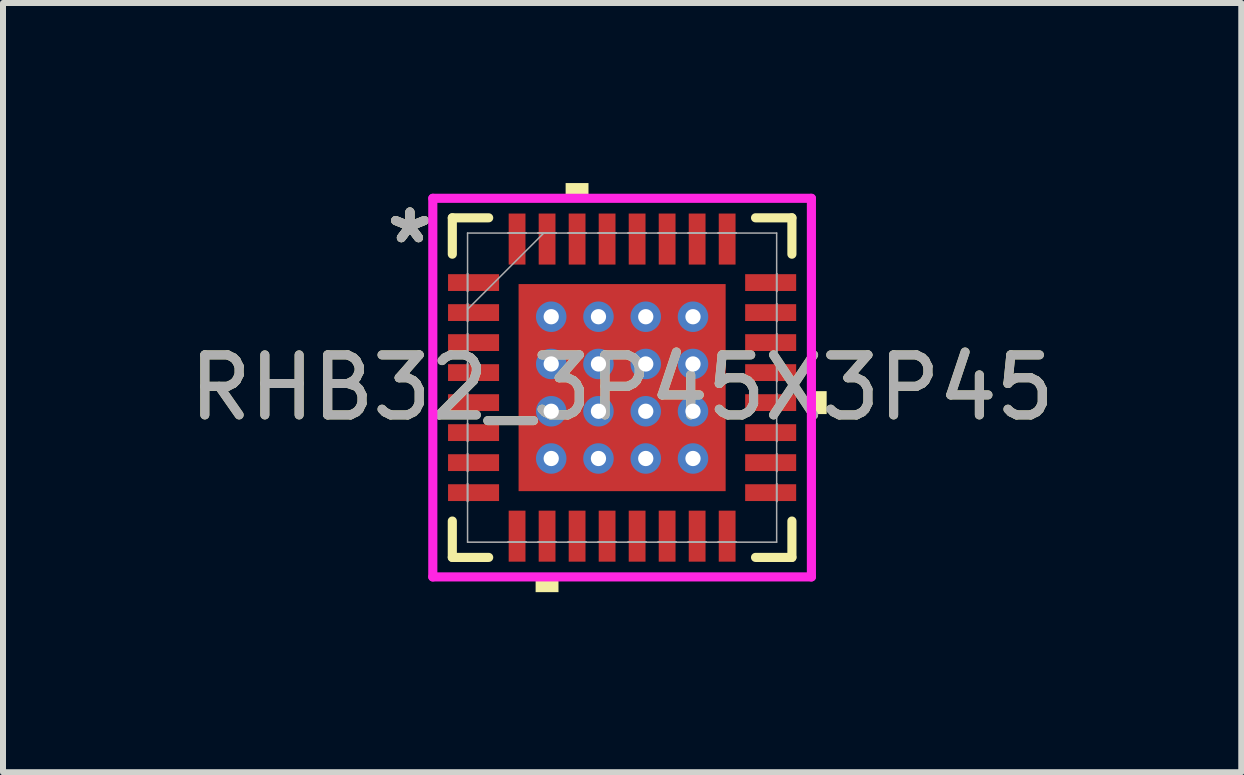
<source format=kicad_pcb>
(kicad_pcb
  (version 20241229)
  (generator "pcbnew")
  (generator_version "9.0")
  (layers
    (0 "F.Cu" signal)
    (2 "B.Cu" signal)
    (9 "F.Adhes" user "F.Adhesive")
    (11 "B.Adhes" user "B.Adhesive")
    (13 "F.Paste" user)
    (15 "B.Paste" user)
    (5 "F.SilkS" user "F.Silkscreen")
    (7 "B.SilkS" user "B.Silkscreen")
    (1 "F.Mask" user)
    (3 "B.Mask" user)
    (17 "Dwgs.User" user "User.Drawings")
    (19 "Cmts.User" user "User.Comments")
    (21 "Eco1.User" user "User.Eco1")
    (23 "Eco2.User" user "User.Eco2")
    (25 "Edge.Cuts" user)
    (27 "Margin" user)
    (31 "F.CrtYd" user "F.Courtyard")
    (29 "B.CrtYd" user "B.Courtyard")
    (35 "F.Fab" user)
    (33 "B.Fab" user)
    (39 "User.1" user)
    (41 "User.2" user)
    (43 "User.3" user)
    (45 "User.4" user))
  (footprint "RHB32_3P45X3P45"
    (layer "F.Cu")
    (at 7.315 3.408)
    (property "Reference" "RHB32_3P45X3P45" (at 0 0 0) (unlocked yes) (layer "F.SilkS") (effects (font (size 1 1) (thickness 0.15))))
    (attr smd)
    (fp_poly (pts (xy -2.97 -1.96) (xy -2.97 -1.54) (xy -1.98 -1.54) (xy -1.98 -1.96)) (stroke (width 0) (type solid)) (fill yes) (layer "F.Mask"))
    (fp_poly (pts (xy -2.97 -1.46) (xy -2.97 -1.04) (xy -1.98 -1.04) (xy -1.98 -1.46)) (stroke (width 0) (type solid)) (fill yes) (layer "F.Mask"))
    (fp_poly (pts (xy -2.97 -0.96) (xy -2.97 -0.54) (xy -1.98 -0.54) (xy -1.98 -0.96)) (stroke (width 0) (type solid)) (fill yes) (layer "F.Mask"))
    (fp_poly (pts (xy -2.97 -0.46) (xy -2.97 -0.04) (xy -1.98 -0.04) (xy -1.98 -0.46)) (stroke (width 0) (type solid)) (fill yes) (layer "F.Mask"))
    (fp_poly (pts (xy -2.97 0.04) (xy -2.97 0.46) (xy -1.98 0.46) (xy -1.98 0.04)) (stroke (width 0) (type solid)) (fill yes) (layer "F.Mask"))
    (fp_poly (pts (xy -2.97 0.54) (xy -2.97 0.96) (xy -1.98 0.96) (xy -1.98 0.54)) (stroke (width 0) (type solid)) (fill yes) (layer "F.Mask"))
    (fp_poly (pts (xy -2.97 1.04) (xy -2.97 1.46) (xy -1.98 1.46) (xy -1.98 1.04)) (stroke (width 0) (type solid)) (fill yes) (layer "F.Mask"))
    (fp_poly (pts (xy -2.97 1.54) (xy -2.97 1.96) (xy -1.98 1.96) (xy -1.98 1.54)) (stroke (width 0) (type solid)) (fill yes) (layer "F.Mask"))
    (fp_poly (pts (xy -1.96 -2.97) (xy -1.96 -1.98) (xy -1.541 -1.98) (xy -1.541 -2.97)) (stroke (width 0) (type solid)) (fill yes) (layer "F.Mask"))
    (fp_poly (pts (xy -1.96 1.98) (xy -1.96 2.97) (xy -1.541 2.97) (xy -1.541 1.98)) (stroke (width 0) (type solid)) (fill yes) (layer "F.Mask"))
    (fp_poly (pts (xy -1.788 -1.788) (xy -1.381 -1.788) (xy -1.381 1.788) (xy -1.788 1.788)) (stroke (width 0) (type solid)) (fill yes) (layer "F.Mask"))
    (fp_poly (pts (xy -1.788 -1.788) (xy 1.788 -1.788) (xy 1.788 -1.381) (xy -1.788 -1.381)) (stroke (width 0) (type solid)) (fill yes) (layer "F.Mask"))
    (fp_poly (pts (xy -1.788 -0.981) (xy 1.788 -0.981) (xy 1.788 -0.594) (xy -1.788 -0.594)) (stroke (width 0) (type solid)) (fill yes) (layer "F.Mask"))
    (fp_poly (pts (xy -1.788 -0.194) (xy 1.788 -0.194) (xy 1.788 0.194) (xy -1.788 0.194)) (stroke (width 0) (type solid)) (fill yes) (layer "F.Mask"))
    (fp_poly (pts (xy -1.788 0.594) (xy 1.788 0.594) (xy 1.788 0.981) (xy -1.788 0.981)) (stroke (width 0) (type solid)) (fill yes) (layer "F.Mask"))
    (fp_poly (pts (xy -1.788 1.381) (xy 1.788 1.381) (xy 1.788 1.788) (xy -1.788 1.788)) (stroke (width 0) (type solid)) (fill yes) (layer "F.Mask"))
    (fp_poly (pts (xy -1.46 -2.97) (xy -1.46 -1.98) (xy -1.041 -1.98) (xy -1.041 -2.97)) (stroke (width 0) (type solid)) (fill yes) (layer "F.Mask"))
    (fp_poly (pts (xy -1.46 1.98) (xy -1.46 2.97) (xy -1.041 2.97) (xy -1.041 1.98)) (stroke (width 0) (type solid)) (fill yes) (layer "F.Mask"))
    (fp_poly (pts (xy -0.96 -2.97) (xy -0.96 -1.98) (xy -0.541 -1.98) (xy -0.541 -2.97)) (stroke (width 0) (type solid)) (fill yes) (layer "F.Mask"))
    (fp_poly (pts (xy -0.96 1.98) (xy -0.96 2.97) (xy -0.541 2.97) (xy -0.541 1.98)) (stroke (width 0) (type solid)) (fill yes) (layer "F.Mask"))
    (fp_poly (pts (xy -0.594 -1.788) (xy -0.981 -1.788) (xy -0.981 1.788) (xy -0.594 1.788)) (stroke (width 0) (type solid)) (fill yes) (layer "F.Mask"))
    (fp_poly (pts (xy -0.46 -2.97) (xy -0.46 -1.98) (xy -0.04 -1.98) (xy -0.04 -2.97)) (stroke (width 0) (type solid)) (fill yes) (layer "F.Mask"))
    (fp_poly (pts (xy -0.46 1.98) (xy -0.46 2.97) (xy -0.04 2.97) (xy -0.04 1.98)) (stroke (width 0) (type solid)) (fill yes) (layer "F.Mask"))
    (fp_poly (pts (xy 0.04 -2.97) (xy 0.04 -1.98) (xy 0.46 -1.98) (xy 0.46 -2.97)) (stroke (width 0) (type solid)) (fill yes) (layer "F.Mask"))
    (fp_poly (pts (xy 0.04 1.98) (xy 0.04 2.97) (xy 0.46 2.97) (xy 0.46 1.98)) (stroke (width 0) (type solid)) (fill yes) (layer "F.Mask"))
    (fp_poly (pts (xy 0.194 -1.788) (xy -0.194 -1.788) (xy -0.194 1.788) (xy 0.194 1.788)) (stroke (width 0) (type solid)) (fill yes) (layer "F.Mask"))
    (fp_poly (pts (xy 0.541 -2.97) (xy 0.541 -1.98) (xy 0.96 -1.98) (xy 0.96 -2.97)) (stroke (width 0) (type solid)) (fill yes) (layer "F.Mask"))
    (fp_poly (pts (xy 0.541 1.98) (xy 0.541 2.97) (xy 0.96 2.97) (xy 0.96 1.98)) (stroke (width 0) (type solid)) (fill yes) (layer "F.Mask"))
    (fp_poly (pts (xy 0.981 -1.788) (xy 0.594 -1.788) (xy 0.594 1.788) (xy 0.981 1.788)) (stroke (width 0) (type solid)) (fill yes) (layer "F.Mask"))
    (fp_poly (pts (xy 1.041 -2.97) (xy 1.041 -1.98) (xy 1.46 -1.98) (xy 1.46 -2.97)) (stroke (width 0) (type solid)) (fill yes) (layer "F.Mask"))
    (fp_poly (pts (xy 1.041 1.98) (xy 1.041 2.97) (xy 1.46 2.97) (xy 1.46 1.98)) (stroke (width 0) (type solid)) (fill yes) (layer "F.Mask"))
    (fp_poly (pts (xy 1.381 -1.788) (xy 1.788 -1.788) (xy 1.788 1.788) (xy 1.381 1.788)) (stroke (width 0) (type solid)) (fill yes) (layer "F.Mask"))
    (fp_poly (pts (xy 1.541 -2.97) (xy 1.541 -1.98) (xy 1.96 -1.98) (xy 1.96 -2.97)) (stroke (width 0) (type solid)) (fill yes) (layer "F.Mask"))
    (fp_poly (pts (xy 1.541 1.98) (xy 1.541 2.97) (xy 1.96 2.97) (xy 1.96 1.98)) (stroke (width 0) (type solid)) (fill yes) (layer "F.Mask"))
    (fp_poly (pts (xy 1.98 -1.96) (xy 1.98 -1.54) (xy 2.97 -1.54) (xy 2.97 -1.96)) (stroke (width 0) (type solid)) (fill yes) (layer "F.Mask"))
    (fp_poly (pts (xy 1.98 -1.46) (xy 1.98 -1.04) (xy 2.97 -1.04) (xy 2.97 -1.46)) (stroke (width 0) (type solid)) (fill yes) (layer "F.Mask"))
    (fp_poly (pts (xy 1.98 -0.96) (xy 1.98 -0.54) (xy 2.97 -0.54) (xy 2.97 -0.96)) (stroke (width 0) (type solid)) (fill yes) (layer "F.Mask"))
    (fp_poly (pts (xy 1.98 -0.46) (xy 1.98 -0.04) (xy 2.97 -0.04) (xy 2.97 -0.46)) (stroke (width 0) (type solid)) (fill yes) (layer "F.Mask"))
    (fp_poly (pts (xy 1.98 0.04) (xy 1.98 0.46) (xy 2.97 0.46) (xy 2.97 0.04)) (stroke (width 0) (type solid)) (fill yes) (layer "F.Mask"))
    (fp_poly (pts (xy 1.98 0.54) (xy 1.98 0.96) (xy 2.97 0.96) (xy 2.97 0.54)) (stroke (width 0) (type solid)) (fill yes) (layer "F.Mask"))
    (fp_poly (pts (xy 1.98 1.04) (xy 1.98 1.46) (xy 2.97 1.46) (xy 2.97 1.04)) (stroke (width 0) (type solid)) (fill yes) (layer "F.Mask"))
    (fp_poly (pts (xy 1.98 1.54) (xy 1.98 1.96) (xy 2.97 1.96) (xy 2.97 1.54)) (stroke (width 0) (type solid)) (fill yes) (layer "F.Mask"))
    (fp_line (start -2.829 -2.829) (end -2.829 -2.223) (stroke (width 0.152) (type solid)) (layer "F.SilkS"))
    (fp_line (start -2.829 2.223) (end -2.829 2.829) (stroke (width 0.152) (type solid)) (layer "F.SilkS"))
    (fp_line (start -2.829 2.829) (end -2.223 2.829) (stroke (width 0.152) (type solid)) (layer "F.SilkS"))
    (fp_line (start -2.223 -2.829) (end -2.829 -2.829) (stroke (width 0.152) (type solid)) (layer "F.SilkS"))
    (fp_line (start 2.223 2.829) (end 2.829 2.829) (stroke (width 0.152) (type solid)) (layer "F.SilkS"))
    (fp_line (start 2.829 -2.829) (end 2.223 -2.829) (stroke (width 0.152) (type solid)) (layer "F.SilkS"))
    (fp_line (start 2.829 -2.223) (end 2.829 -2.829) (stroke (width 0.152) (type solid)) (layer "F.SilkS"))
    (fp_line (start 2.829 2.829) (end 2.829 2.223) (stroke (width 0.152) (type solid)) (layer "F.SilkS"))
    (fp_poly (pts (xy -1.441 3.154) (xy -1.441 3.408) (xy -1.06 3.408) (xy -1.06 3.154)) (stroke (width 0) (type solid)) (fill yes) (layer "F.SilkS"))
    (fp_poly (pts (xy -0.941 -3.154) (xy -0.941 -3.408) (xy -0.56 -3.408) (xy -0.56 -3.154)) (stroke (width 0) (type solid)) (fill yes) (layer "F.SilkS"))
    (fp_poly (pts (xy 3.408 0.059) (xy 3.408 0.441) (xy 3.154 0.441) (xy 3.154 0.059)) (stroke (width 0) (type solid)) (fill yes) (layer "F.SilkS"))
    (fp_poly (pts (xy -2.875 -1.865) (xy -2.875 -1.635) (xy -2.075 -1.635) (xy -2.075 -1.865)) (stroke (width 0) (type solid)) (fill yes) (layer "F.Paste"))
    (fp_poly (pts (xy -2.875 -1.365) (xy -2.875 -1.135) (xy -2.075 -1.135) (xy -2.075 -1.365)) (stroke (width 0) (type solid)) (fill yes) (layer "F.Paste"))
    (fp_poly (pts (xy -2.875 -0.865) (xy -2.875 -0.635) (xy -2.075 -0.635) (xy -2.075 -0.865)) (stroke (width 0) (type solid)) (fill yes) (layer "F.Paste"))
    (fp_poly (pts (xy -2.875 -0.365) (xy -2.875 -0.135) (xy -2.075 -0.135) (xy -2.075 -0.365)) (stroke (width 0) (type solid)) (fill yes) (layer "F.Paste"))
    (fp_poly (pts (xy -2.875 0.135) (xy -2.875 0.365) (xy -2.075 0.365) (xy -2.075 0.135)) (stroke (width 0) (type solid)) (fill yes) (layer "F.Paste"))
    (fp_poly (pts (xy -2.875 0.635) (xy -2.875 0.865) (xy -2.075 0.865) (xy -2.075 0.635)) (stroke (width 0) (type solid)) (fill yes) (layer "F.Paste"))
    (fp_poly (pts (xy -2.875 1.135) (xy -2.875 1.365) (xy -2.075 1.365) (xy -2.075 1.135)) (stroke (width 0) (type solid)) (fill yes) (layer "F.Paste"))
    (fp_poly (pts (xy -2.875 1.635) (xy -2.875 1.865) (xy -2.075 1.865) (xy -2.075 1.635)) (stroke (width 0) (type solid)) (fill yes) (layer "F.Paste"))
    (fp_poly (pts (xy -1.866 -2.875) (xy -1.866 -2.075) (xy -1.635 -2.075) (xy -1.635 -2.875)) (stroke (width 0) (type solid)) (fill yes) (layer "F.Paste"))
    (fp_poly (pts (xy -1.866 2.075) (xy -1.866 2.875) (xy -1.635 2.875) (xy -1.635 2.075)) (stroke (width 0) (type solid)) (fill yes) (layer "F.Paste"))
    (fp_poly (pts (xy -1.365 -2.875) (xy -1.365 -2.075) (xy -1.135 -2.075) (xy -1.135 -2.875)) (stroke (width 0) (type solid)) (fill yes) (layer "F.Paste"))
    (fp_poly (pts (xy -1.365 2.075) (xy -1.365 2.875) (xy -1.135 2.875) (xy -1.135 2.075)) (stroke (width 0) (type solid)) (fill yes) (layer "F.Paste"))
    (fp_poly (pts (xy -0.865 -2.875) (xy -0.865 -2.075) (xy -0.635 -2.075) (xy -0.635 -2.875)) (stroke (width 0) (type solid)) (fill yes) (layer "F.Paste"))
    (fp_poly (pts (xy -0.865 2.075) (xy -0.865 2.875) (xy -0.635 2.875) (xy -0.635 2.075)) (stroke (width 0) (type solid)) (fill yes) (layer "F.Paste"))
    (fp_poly (pts (xy -0.365 -2.875) (xy -0.365 -2.075) (xy -0.135 -2.075) (xy -0.135 -2.875)) (stroke (width 0) (type solid)) (fill yes) (layer "F.Paste"))
    (fp_poly (pts (xy -0.365 2.075) (xy -0.365 2.875) (xy -0.135 2.875) (xy -0.135 2.075)) (stroke (width 0) (type solid)) (fill yes) (layer "F.Paste"))
    (fp_poly (pts (xy 0.135 -2.875) (xy 0.135 -2.075) (xy 0.365 -2.075) (xy 0.365 -2.875)) (stroke (width 0) (type solid)) (fill yes) (layer "F.Paste"))
    (fp_poly (pts (xy 0.135 2.075) (xy 0.135 2.875) (xy 0.365 2.875) (xy 0.365 2.075)) (stroke (width 0) (type solid)) (fill yes) (layer "F.Paste"))
    (fp_poly (pts (xy 0.635 -2.875) (xy 0.635 -2.075) (xy 0.865 -2.075) (xy 0.865 -2.875)) (stroke (width 0) (type solid)) (fill yes) (layer "F.Paste"))
    (fp_poly (pts (xy 0.635 2.075) (xy 0.635 2.875) (xy 0.865 2.875) (xy 0.865 2.075)) (stroke (width 0) (type solid)) (fill yes) (layer "F.Paste"))
    (fp_poly (pts (xy 1.135 -2.875) (xy 1.135 -2.075) (xy 1.365 -2.075) (xy 1.365 -2.875)) (stroke (width 0) (type solid)) (fill yes) (layer "F.Paste"))
    (fp_poly (pts (xy 1.135 2.075) (xy 1.135 2.875) (xy 1.365 2.875) (xy 1.365 2.075)) (stroke (width 0) (type solid)) (fill yes) (layer "F.Paste"))
    (fp_poly (pts (xy 1.635 -2.875) (xy 1.635 -2.075) (xy 1.866 -2.075) (xy 1.866 -2.875)) (stroke (width 0) (type solid)) (fill yes) (layer "F.Paste"))
    (fp_poly (pts (xy 1.635 2.075) (xy 1.635 2.875) (xy 1.866 2.875) (xy 1.866 2.075)) (stroke (width 0) (type solid)) (fill yes) (layer "F.Paste"))
    (fp_poly (pts (xy 2.075 -1.865) (xy 2.075 -1.635) (xy 2.875 -1.635) (xy 2.875 -1.865)) (stroke (width 0) (type solid)) (fill yes) (layer "F.Paste"))
    (fp_poly (pts (xy 2.075 -1.365) (xy 2.075 -1.135) (xy 2.875 -1.135) (xy 2.875 -1.365)) (stroke (width 0) (type solid)) (fill yes) (layer "F.Paste"))
    (fp_poly (pts (xy 2.075 -0.865) (xy 2.075 -0.635) (xy 2.875 -0.635) (xy 2.875 -0.865)) (stroke (width 0) (type solid)) (fill yes) (layer "F.Paste"))
    (fp_poly (pts (xy 2.075 -0.365) (xy 2.075 -0.135) (xy 2.875 -0.135) (xy 2.875 -0.365)) (stroke (width 0) (type solid)) (fill yes) (layer "F.Paste"))
    (fp_poly (pts (xy 2.075 0.135) (xy 2.075 0.365) (xy 2.875 0.365) (xy 2.875 0.135)) (stroke (width 0) (type solid)) (fill yes) (layer "F.Paste"))
    (fp_poly (pts (xy 2.075 0.635) (xy 2.075 0.865) (xy 2.875 0.865) (xy 2.875 0.635)) (stroke (width 0) (type solid)) (fill yes) (layer "F.Paste"))
    (fp_poly (pts (xy 2.075 1.135) (xy 2.075 1.365) (xy 2.875 1.365) (xy 2.875 1.135)) (stroke (width 0) (type solid)) (fill yes) (layer "F.Paste"))
    (fp_poly (pts (xy 2.075 1.635) (xy 2.075 1.865) (xy 2.875 1.865) (xy 2.875 1.635)) (stroke (width 0) (type solid)) (fill yes) (layer "F.Paste"))
    (fp_poly (pts (xy -1.65 -1.65) (xy -1.65 -1.281) (xy -1.423 -1.281) (xy -1.281 -1.423) (xy -1.281 -1.65)) (stroke (width 0) (type solid)) (fill yes) (layer "F.Paste"))
    (fp_poly (pts (xy -1.65 1.281) (xy -1.65 1.65) (xy -1.281 1.65) (xy -1.281 1.423) (xy -1.423 1.281)) (stroke (width 0) (type solid)) (fill yes) (layer "F.Paste"))
    (fp_poly (pts (xy 1.281 -1.65) (xy 1.281 -1.423) (xy 1.423 -1.281) (xy 1.65 -1.281) (xy 1.65 -1.65)) (stroke (width 0) (type solid)) (fill yes) (layer "F.Paste"))
    (fp_poly (pts (xy 1.423 1.281) (xy 1.281 1.423) (xy 1.281 1.65) (xy 1.65 1.65) (xy 1.65 1.281)) (stroke (width 0) (type solid)) (fill yes) (layer "F.Paste"))
    (fp_poly (pts (xy -1.65 -1.081) (xy -1.65 -0.494) (xy -1.423 -0.494) (xy -1.281 -0.635) (xy -1.281 -0.94) (xy -1.423 -1.081)) (stroke (width 0) (type solid)) (fill yes) (layer "F.Paste"))
    (fp_poly (pts (xy -1.65 -0.294) (xy -1.65 0.294) (xy -1.423 0.294) (xy -1.281 0.152) (xy -1.281 -0.152) (xy -1.423 -0.294)) (stroke (width 0) (type solid)) (fill yes) (layer "F.Paste"))
    (fp_poly (pts (xy -1.65 0.494) (xy -1.65 1.081) (xy -1.423 1.081) (xy -1.281 0.94) (xy -1.281 0.635) (xy -1.423 0.494)) (stroke (width 0) (type solid)) (fill yes) (layer "F.Paste"))
    (fp_poly (pts (xy -1.081 -1.65) (xy -1.081 -1.423) (xy -0.94 -1.281) (xy -0.635 -1.281) (xy -0.494 -1.423) (xy -0.494 -1.65)) (stroke (width 0) (type solid)) (fill yes) (layer "F.Paste"))
    (fp_poly (pts (xy -0.94 1.281) (xy -1.081 1.423) (xy -1.081 1.65) (xy -0.494 1.65) (xy -0.494 1.423) (xy -0.635 1.281)) (stroke (width 0) (type solid)) (fill yes) (layer "F.Paste"))
    (fp_poly (pts (xy -0.294 -1.65) (xy -0.294 -1.423) (xy -0.152 -1.281) (xy 0.152 -1.281) (xy 0.294 -1.423) (xy 0.294 -1.65)) (stroke (width 0) (type solid)) (fill yes) (layer "F.Paste"))
    (fp_poly (pts (xy -0.152 1.281) (xy -0.294 1.423) (xy -0.294 1.65) (xy 0.294 1.65) (xy 0.294 1.423) (xy 0.152 1.281)) (stroke (width 0) (type solid)) (fill yes) (layer "F.Paste"))
    (fp_poly (pts (xy 0.494 -1.65) (xy 0.494 -1.423) (xy 0.635 -1.281) (xy 0.94 -1.281) (xy 1.081 -1.423) (xy 1.081 -1.65)) (stroke (width 0) (type solid)) (fill yes) (layer "F.Paste"))
    (fp_poly (pts (xy 0.635 1.281) (xy 0.494 1.423) (xy 0.494 1.65) (xy 1.081 1.65) (xy 1.081 1.423) (xy 0.94 1.281)) (stroke (width 0) (type solid)) (fill yes) (layer "F.Paste"))
    (fp_poly (pts (xy 1.423 -1.081) (xy 1.281 -0.94) (xy 1.281 -0.635) (xy 1.423 -0.494) (xy 1.65 -0.494) (xy 1.65 -1.081)) (stroke (width 0) (type solid)) (fill yes) (layer "F.Paste"))
    (fp_poly (pts (xy 1.423 -0.294) (xy 1.281 -0.152) (xy 1.281 0.152) (xy 1.423 0.294) (xy 1.65 0.294) (xy 1.65 -0.294)) (stroke (width 0) (type solid)) (fill yes) (layer "F.Paste"))
    (fp_poly (pts (xy 1.423 0.494) (xy 1.281 0.635) (xy 1.281 0.94) (xy 1.423 1.081) (xy 1.65 1.081) (xy 1.65 0.494)) (stroke (width 0) (type solid)) (fill yes) (layer "F.Paste"))
    (fp_poly (pts (xy -0.94 -1.081) (xy -1.081 -0.94) (xy -1.081 -0.635) (xy -0.94 -0.494) (xy -0.635 -0.494) (xy -0.494 -0.635) (xy -0.494 -0.94) (xy -0.635 -1.081)) (stroke (width 0) (type solid)) (fill yes) (layer "F.Paste"))
    (fp_poly (pts (xy -0.94 -0.294) (xy -1.081 -0.152) (xy -1.081 0.152) (xy -0.94 0.294) (xy -0.635 0.294) (xy -0.494 0.152) (xy -0.494 -0.152) (xy -0.635 -0.294)) (stroke (width 0) (type solid)) (fill yes) (layer "F.Paste"))
    (fp_poly (pts (xy -0.94 0.494) (xy -1.081 0.635) (xy -1.081 0.94) (xy -0.94 1.081) (xy -0.635 1.081) (xy -0.494 0.94) (xy -0.494 0.635) (xy -0.635 0.494)) (stroke (width 0) (type solid)) (fill yes) (layer "F.Paste"))
    (fp_poly (pts (xy -0.152 -1.081) (xy -0.294 -0.94) (xy -0.294 -0.635) (xy -0.152 -0.494) (xy 0.152 -0.494) (xy 0.294 -0.635) (xy 0.294 -0.94) (xy 0.152 -1.081)) (stroke (width 0) (type solid)) (fill yes) (layer "F.Paste"))
    (fp_poly (pts (xy -0.152 -0.294) (xy -0.294 -0.152) (xy -0.294 0.152) (xy -0.152 0.294) (xy 0.152 0.294) (xy 0.294 0.152) (xy 0.294 -0.152) (xy 0.152 -0.294)) (stroke (width 0) (type solid)) (fill yes) (layer "F.Paste"))
    (fp_poly (pts (xy -0.152 0.494) (xy -0.294 0.635) (xy -0.294 0.94) (xy -0.152 1.081) (xy 0.152 1.081) (xy 0.294 0.94) (xy 0.294 0.635) (xy 0.152 0.494)) (stroke (width 0) (type solid)) (fill yes) (layer "F.Paste"))
    (fp_poly (pts (xy 0.635 -1.081) (xy 0.494 -0.94) (xy 0.494 -0.635) (xy 0.635 -0.494) (xy 0.94 -0.494) (xy 1.081 -0.635) (xy 1.081 -0.94) (xy 0.94 -1.081)) (stroke (width 0) (type solid)) (fill yes) (layer "F.Paste"))
    (fp_poly (pts (xy 0.635 -0.294) (xy 0.494 -0.152) (xy 0.494 0.152) (xy 0.635 0.294) (xy 0.94 0.294) (xy 1.081 0.152) (xy 1.081 -0.152) (xy 0.94 -0.294)) (stroke (width 0) (type solid)) (fill yes) (layer "F.Paste"))
    (fp_poly (pts (xy 0.635 0.494) (xy 0.494 0.635) (xy 0.494 0.94) (xy 0.635 1.081) (xy 0.94 1.081) (xy 1.081 0.94) (xy 1.081 0.635) (xy 0.94 0.494)) (stroke (width 0) (type solid)) (fill yes) (layer "F.Paste"))
    (fp_line (start -3.154 -3.154) (end 3.154 -3.154) (stroke (width 0.152) (type solid)) (layer "F.CrtYd"))
    (fp_line (start -3.154 3.154) (end -3.154 -3.154) (stroke (width 0.152) (type solid)) (layer "F.CrtYd"))
    (fp_line (start 3.154 -3.154) (end 3.154 3.154) (stroke (width 0.152) (type solid)) (layer "F.CrtYd"))
    (fp_line (start 3.154 3.154) (end -3.154 3.154) (stroke (width 0.152) (type solid)) (layer "F.CrtYd"))
    (fp_line (start -2.575 -2.575) (end -2.575 2.575) (stroke (width 0.025) (type solid)) (layer "F.Fab"))
    (fp_line (start -2.575 -1.9) (end -2.575 -1.9) (stroke (width 0.025) (type solid)) (layer "F.Fab"))
    (fp_line (start -2.575 -1.9) (end -2.575 -1.6) (stroke (width 0.025) (type solid)) (layer "F.Fab"))
    (fp_line (start -2.575 -1.6) (end -2.575 -1.9) (stroke (width 0.025) (type solid)) (layer "F.Fab"))
    (fp_line (start -2.575 -1.6) (end -2.575 -1.6) (stroke (width 0.025) (type solid)) (layer "F.Fab"))
    (fp_line (start -2.575 -1.4) (end -2.575 -1.4) (stroke (width 0.025) (type solid)) (layer "F.Fab"))
    (fp_line (start -2.575 -1.4) (end -2.575 -1.1) (stroke (width 0.025) (type solid)) (layer "F.Fab"))
    (fp_line (start -2.575 -1.305) (end -1.305 -2.575) (stroke (width 0.025) (type solid)) (layer "F.Fab"))
    (fp_line (start -2.575 -1.1) (end -2.575 -1.4) (stroke (width 0.025) (type solid)) (layer "F.Fab"))
    (fp_line (start -2.575 -1.1) (end -2.575 -1.1) (stroke (width 0.025) (type solid)) (layer "F.Fab"))
    (fp_line (start -2.575 -0.9) (end -2.575 -0.9) (stroke (width 0.025) (type solid)) (layer "F.Fab"))
    (fp_line (start -2.575 -0.9) (end -2.575 -0.6) (stroke (width 0.025) (type solid)) (layer "F.Fab"))
    (fp_line (start -2.575 -0.6) (end -2.575 -0.9) (stroke (width 0.025) (type solid)) (layer "F.Fab"))
    (fp_line (start -2.575 -0.6) (end -2.575 -0.6) (stroke (width 0.025) (type solid)) (layer "F.Fab"))
    (fp_line (start -2.575 -0.4) (end -2.575 -0.4) (stroke (width 0.025) (type solid)) (layer "F.Fab"))
    (fp_line (start -2.575 -0.4) (end -2.575 -0.1) (stroke (width 0.025) (type solid)) (layer "F.Fab"))
    (fp_line (start -2.575 -0.1) (end -2.575 -0.4) (stroke (width 0.025) (type solid)) (layer "F.Fab"))
    (fp_line (start -2.575 -0.1) (end -2.575 -0.1) (stroke (width 0.025) (type solid)) (layer "F.Fab"))
    (fp_line (start -2.575 0.1) (end -2.575 0.1) (stroke (width 0.025) (type solid)) (layer "F.Fab"))
    (fp_line (start -2.575 0.1) (end -2.575 0.4) (stroke (width 0.025) (type solid)) (layer "F.Fab"))
    (fp_line (start -2.575 0.4) (end -2.575 0.1) (stroke (width 0.025) (type solid)) (layer "F.Fab"))
    (fp_line (start -2.575 0.4) (end -2.575 0.4) (stroke (width 0.025) (type solid)) (layer "F.Fab"))
    (fp_line (start -2.575 0.6) (end -2.575 0.6) (stroke (width 0.025) (type solid)) (layer "F.Fab"))
    (fp_line (start -2.575 0.6) (end -2.575 0.9) (stroke (width 0.025) (type solid)) (layer "F.Fab"))
    (fp_line (start -2.575 0.9) (end -2.575 0.6) (stroke (width 0.025) (type solid)) (layer "F.Fab"))
    (fp_line (start -2.575 0.9) (end -2.575 0.9) (stroke (width 0.025) (type solid)) (layer "F.Fab"))
    (fp_line (start -2.575 1.1) (end -2.575 1.1) (stroke (width 0.025) (type solid)) (layer "F.Fab"))
    (fp_line (start -2.575 1.1) (end -2.575 1.4) (stroke (width 0.025) (type solid)) (layer "F.Fab"))
    (fp_line (start -2.575 1.4) (end -2.575 1.1) (stroke (width 0.025) (type solid)) (layer "F.Fab"))
    (fp_line (start -2.575 1.4) (end -2.575 1.4) (stroke (width 0.025) (type solid)) (layer "F.Fab"))
    (fp_line (start -2.575 1.6) (end -2.575 1.6) (stroke (width 0.025) (type solid)) (layer "F.Fab"))
    (fp_line (start -2.575 1.6) (end -2.575 1.9) (stroke (width 0.025) (type solid)) (layer "F.Fab"))
    (fp_line (start -2.575 1.9) (end -2.575 1.6) (stroke (width 0.025) (type solid)) (layer "F.Fab"))
    (fp_line (start -2.575 1.9) (end -2.575 1.9) (stroke (width 0.025) (type solid)) (layer "F.Fab"))
    (fp_line (start -2.575 2.575) (end 2.575 2.575) (stroke (width 0.025) (type solid)) (layer "F.Fab"))
    (fp_line (start -1.9 -2.575) (end -1.9 -2.575) (stroke (width 0.025) (type solid)) (layer "F.Fab"))
    (fp_line (start -1.9 -2.575) (end -1.6 -2.575) (stroke (width 0.025) (type solid)) (layer "F.Fab"))
    (fp_line (start -1.9 2.575) (end -1.9 2.575) (stroke (width 0.025) (type solid)) (layer "F.Fab"))
    (fp_line (start -1.9 2.575) (end -1.6 2.575) (stroke (width 0.025) (type solid)) (layer "F.Fab"))
    (fp_line (start -1.6 -2.575) (end -1.9 -2.575) (stroke (width 0.025) (type solid)) (layer "F.Fab"))
    (fp_line (start -1.6 -2.575) (end -1.6 -2.575) (stroke (width 0.025) (type solid)) (layer "F.Fab"))
    (fp_line (start -1.6 2.575) (end -1.9 2.575) (stroke (width 0.025) (type solid)) (layer "F.Fab"))
    (fp_line (start -1.6 2.575) (end -1.6 2.575) (stroke (width 0.025) (type solid)) (layer "F.Fab"))
    (fp_line (start -1.4 -2.575) (end -1.4 -2.575) (stroke (width 0.025) (type solid)) (layer "F.Fab"))
    (fp_line (start -1.4 -2.575) (end -1.1 -2.575) (stroke (width 0.025) (type solid)) (layer "F.Fab"))
    (fp_line (start -1.4 2.575) (end -1.4 2.575) (stroke (width 0.025) (type solid)) (layer "F.Fab"))
    (fp_line (start -1.4 2.575) (end -1.1 2.575) (stroke (width 0.025) (type solid)) (layer "F.Fab"))
    (fp_line (start -1.1 -2.575) (end -1.4 -2.575) (stroke (width 0.025) (type solid)) (layer "F.Fab"))
    (fp_line (start -1.1 -2.575) (end -1.1 -2.575) (stroke (width 0.025) (type solid)) (layer "F.Fab"))
    (fp_line (start -1.1 2.575) (end -1.4 2.575) (stroke (width 0.025) (type solid)) (layer "F.Fab"))
    (fp_line (start -1.1 2.575) (end -1.1 2.575) (stroke (width 0.025) (type solid)) (layer "F.Fab"))
    (fp_line (start -0.9 -2.575) (end -0.9 -2.575) (stroke (width 0.025) (type solid)) (layer "F.Fab"))
    (fp_line (start -0.9 -2.575) (end -0.6 -2.575) (stroke (width 0.025) (type solid)) (layer "F.Fab"))
    (fp_line (start -0.9 2.575) (end -0.9 2.575) (stroke (width 0.025) (type solid)) (layer "F.Fab"))
    (fp_line (start -0.9 2.575) (end -0.6 2.575) (stroke (width 0.025) (type solid)) (layer "F.Fab"))
    (fp_line (start -0.6 -2.575) (end -0.9 -2.575) (stroke (width 0.025) (type solid)) (layer "F.Fab"))
    (fp_line (start -0.6 -2.575) (end -0.6 -2.575) (stroke (width 0.025) (type solid)) (layer "F.Fab"))
    (fp_line (start -0.6 2.575) (end -0.9 2.575) (stroke (width 0.025) (type solid)) (layer "F.Fab"))
    (fp_line (start -0.6 2.575) (end -0.6 2.575) (stroke (width 0.025) (type solid)) (layer "F.Fab"))
    (fp_line (start -0.4 -2.575) (end -0.4 -2.575) (stroke (width 0.025) (type solid)) (layer "F.Fab"))
    (fp_line (start -0.4 -2.575) (end -0.1 -2.575) (stroke (width 0.025) (type solid)) (layer "F.Fab"))
    (fp_line (start -0.4 2.575) (end -0.4 2.575) (stroke (width 0.025) (type solid)) (layer "F.Fab"))
    (fp_line (start -0.4 2.575) (end -0.1 2.575) (stroke (width 0.025) (type solid)) (layer "F.Fab"))
    (fp_line (start -0.1 -2.575) (end -0.4 -2.575) (stroke (width 0.025) (type solid)) (layer "F.Fab"))
    (fp_line (start -0.1 -2.575) (end -0.1 -2.575) (stroke (width 0.025) (type solid)) (layer "F.Fab"))
    (fp_line (start -0.1 2.575) (end -0.4 2.575) (stroke (width 0.025) (type solid)) (layer "F.Fab"))
    (fp_line (start -0.1 2.575) (end -0.1 2.575) (stroke (width 0.025) (type solid)) (layer "F.Fab"))
    (fp_line (start 0.1 -2.575) (end 0.1 -2.575) (stroke (width 0.025) (type solid)) (layer "F.Fab"))
    (fp_line (start 0.1 -2.575) (end 0.4 -2.575) (stroke (width 0.025) (type solid)) (layer "F.Fab"))
    (fp_line (start 0.1 2.575) (end 0.1 2.575) (stroke (width 0.025) (type solid)) (layer "F.Fab"))
    (fp_line (start 0.1 2.575) (end 0.4 2.575) (stroke (width 0.025) (type solid)) (layer "F.Fab"))
    (fp_line (start 0.4 -2.575) (end 0.1 -2.575) (stroke (width 0.025) (type solid)) (layer "F.Fab"))
    (fp_line (start 0.4 -2.575) (end 0.4 -2.575) (stroke (width 0.025) (type solid)) (layer "F.Fab"))
    (fp_line (start 0.4 2.575) (end 0.1 2.575) (stroke (width 0.025) (type solid)) (layer "F.Fab"))
    (fp_line (start 0.4 2.575) (end 0.4 2.575) (stroke (width 0.025) (type solid)) (layer "F.Fab"))
    (fp_line (start 0.6 -2.575) (end 0.6 -2.575) (stroke (width 0.025) (type solid)) (layer "F.Fab"))
    (fp_line (start 0.6 -2.575) (end 0.9 -2.575) (stroke (width 0.025) (type solid)) (layer "F.Fab"))
    (fp_line (start 0.6 2.575) (end 0.6 2.575) (stroke (width 0.025) (type solid)) (layer "F.Fab"))
    (fp_line (start 0.6 2.575) (end 0.9 2.575) (stroke (width 0.025) (type solid)) (layer "F.Fab"))
    (fp_line (start 0.9 -2.575) (end 0.6 -2.575) (stroke (width 0.025) (type solid)) (layer "F.Fab"))
    (fp_line (start 0.9 -2.575) (end 0.9 -2.575) (stroke (width 0.025) (type solid)) (layer "F.Fab"))
    (fp_line (start 0.9 2.575) (end 0.6 2.575) (stroke (width 0.025) (type solid)) (layer "F.Fab"))
    (fp_line (start 0.9 2.575) (end 0.9 2.575) (stroke (width 0.025) (type solid)) (layer "F.Fab"))
    (fp_line (start 1.1 -2.575) (end 1.1 -2.575) (stroke (width 0.025) (type solid)) (layer "F.Fab"))
    (fp_line (start 1.1 -2.575) (end 1.4 -2.575) (stroke (width 0.025) (type solid)) (layer "F.Fab"))
    (fp_line (start 1.1 2.575) (end 1.1 2.575) (stroke (width 0.025) (type solid)) (layer "F.Fab"))
    (fp_line (start 1.1 2.575) (end 1.4 2.575) (stroke (width 0.025) (type solid)) (layer "F.Fab"))
    (fp_line (start 1.4 -2.575) (end 1.1 -2.575) (stroke (width 0.025) (type solid)) (layer "F.Fab"))
    (fp_line (start 1.4 -2.575) (end 1.4 -2.575) (stroke (width 0.025) (type solid)) (layer "F.Fab"))
    (fp_line (start 1.4 2.575) (end 1.1 2.575) (stroke (width 0.025) (type solid)) (layer "F.Fab"))
    (fp_line (start 1.4 2.575) (end 1.4 2.575) (stroke (width 0.025) (type solid)) (layer "F.Fab"))
    (fp_line (start 1.6 -2.575) (end 1.6 -2.575) (stroke (width 0.025) (type solid)) (layer "F.Fab"))
    (fp_line (start 1.6 -2.575) (end 1.9 -2.575) (stroke (width 0.025) (type solid)) (layer "F.Fab"))
    (fp_line (start 1.6 2.575) (end 1.6 2.575) (stroke (width 0.025) (type solid)) (layer "F.Fab"))
    (fp_line (start 1.6 2.575) (end 1.9 2.575) (stroke (width 0.025) (type solid)) (layer "F.Fab"))
    (fp_line (start 1.9 -2.575) (end 1.6 -2.575) (stroke (width 0.025) (type solid)) (layer "F.Fab"))
    (fp_line (start 1.9 -2.575) (end 1.9 -2.575) (stroke (width 0.025) (type solid)) (layer "F.Fab"))
    (fp_line (start 1.9 2.575) (end 1.6 2.575) (stroke (width 0.025) (type solid)) (layer "F.Fab"))
    (fp_line (start 1.9 2.575) (end 1.9 2.575) (stroke (width 0.025) (type solid)) (layer "F.Fab"))
    (fp_line (start 2.575 -2.575) (end -2.575 -2.575) (stroke (width 0.025) (type solid)) (layer "F.Fab"))
    (fp_line (start 2.575 -1.9) (end 2.575 -1.9) (stroke (width 0.025) (type solid)) (layer "F.Fab"))
    (fp_line (start 2.575 -1.9) (end 2.575 -1.6) (stroke (width 0.025) (type solid)) (layer "F.Fab"))
    (fp_line (start 2.575 -1.6) (end 2.575 -1.9) (stroke (width 0.025) (type solid)) (layer "F.Fab"))
    (fp_line (start 2.575 -1.6) (end 2.575 -1.6) (stroke (width 0.025) (type solid)) (layer "F.Fab"))
    (fp_line (start 2.575 -1.4) (end 2.575 -1.4) (stroke (width 0.025) (type solid)) (layer "F.Fab"))
    (fp_line (start 2.575 -1.4) (end 2.575 -1.1) (stroke (width 0.025) (type solid)) (layer "F.Fab"))
    (fp_line (start 2.575 -1.1) (end 2.575 -1.4) (stroke (width 0.025) (type solid)) (layer "F.Fab"))
    (fp_line (start 2.575 -1.1) (end 2.575 -1.1) (stroke (width 0.025) (type solid)) (layer "F.Fab"))
    (fp_line (start 2.575 -0.9) (end 2.575 -0.9) (stroke (width 0.025) (type solid)) (layer "F.Fab"))
    (fp_line (start 2.575 -0.9) (end 2.575 -0.6) (stroke (width 0.025) (type solid)) (layer "F.Fab"))
    (fp_line (start 2.575 -0.6) (end 2.575 -0.9) (stroke (width 0.025) (type solid)) (layer "F.Fab"))
    (fp_line (start 2.575 -0.6) (end 2.575 -0.6) (stroke (width 0.025) (type solid)) (layer "F.Fab"))
    (fp_line (start 2.575 -0.4) (end 2.575 -0.4) (stroke (width 0.025) (type solid)) (layer "F.Fab"))
    (fp_line (start 2.575 -0.4) (end 2.575 -0.1) (stroke (width 0.025) (type solid)) (layer "F.Fab"))
    (fp_line (start 2.575 -0.1) (end 2.575 -0.4) (stroke (width 0.025) (type solid)) (layer "F.Fab"))
    (fp_line (start 2.575 -0.1) (end 2.575 -0.1) (stroke (width 0.025) (type solid)) (layer "F.Fab"))
    (fp_line (start 2.575 0.1) (end 2.575 0.1) (stroke (width 0.025) (type solid)) (layer "F.Fab"))
    (fp_line (start 2.575 0.1) (end 2.575 0.4) (stroke (width 0.025) (type solid)) (layer "F.Fab"))
    (fp_line (start 2.575 0.4) (end 2.575 0.1) (stroke (width 0.025) (type solid)) (layer "F.Fab"))
    (fp_line (start 2.575 0.4) (end 2.575 0.4) (stroke (width 0.025) (type solid)) (layer "F.Fab"))
    (fp_line (start 2.575 0.6) (end 2.575 0.6) (stroke (width 0.025) (type solid)) (layer "F.Fab"))
    (fp_line (start 2.575 0.6) (end 2.575 0.9) (stroke (width 0.025) (type solid)) (layer "F.Fab"))
    (fp_line (start 2.575 0.9) (end 2.575 0.6) (stroke (width 0.025) (type solid)) (layer "F.Fab"))
    (fp_line (start 2.575 0.9) (end 2.575 0.9) (stroke (width 0.025) (type solid)) (layer "F.Fab"))
    (fp_line (start 2.575 1.1) (end 2.575 1.1) (stroke (width 0.025) (type solid)) (layer "F.Fab"))
    (fp_line (start 2.575 1.1) (end 2.575 1.4) (stroke (width 0.025) (type solid)) (layer "F.Fab"))
    (fp_line (start 2.575 1.4) (end 2.575 1.1) (stroke (width 0.025) (type solid)) (layer "F.Fab"))
    (fp_line (start 2.575 1.4) (end 2.575 1.4) (stroke (width 0.025) (type solid)) (layer "F.Fab"))
    (fp_line (start 2.575 1.6) (end 2.575 1.6) (stroke (width 0.025) (type solid)) (layer "F.Fab"))
    (fp_line (start 2.575 1.6) (end 2.575 1.9) (stroke (width 0.025) (type solid)) (layer "F.Fab"))
    (fp_line (start 2.575 1.9) (end 2.575 1.6) (stroke (width 0.025) (type solid)) (layer "F.Fab"))
    (fp_line (start 2.575 1.9) (end 2.575 1.9) (stroke (width 0.025) (type solid)) (layer "F.Fab"))
    (fp_line (start 2.575 2.575) (end 2.575 -2.575) (stroke (width 0.025) (type solid)) (layer "F.Fab"))
    (fp_text user "*" (at -3.535 -2.381 0) (unlocked yes) (layer "F.SilkS") (effects (font (size 1 1) (thickness 0.15))))
    (fp_text user "*" (at -3.535 -2.381 0) (layer "F.SilkS") (effects (font (size 1 1) (thickness 0.15))))
    (fp_text user "*" (at -3.535 -2.381 0) (layer "F.Fab") (effects (font (size 1 1) (thickness 0.15))))
    (fp_text user "${REFERENCE}" (at 0 0 0) (unlocked yes) (layer "F.Fab") (effects (font (size 1 1) (thickness 0.15))))
    (fp_text user "*" (at -3.535 -2.381 0) (unlocked yes) (layer "F.Fab") (effects (font (size 1 1) (thickness 0.15))))
    (pad "1" smd rect (at -2.475 -1.75 90) (size 0.28 0.85) (layers "F.Cu" "F.Mask"))
    (pad "2" smd rect (at -2.475 -1.25 90) (size 0.28 0.85) (layers "F.Cu" "F.Mask"))
    (pad "3" smd rect (at -2.475 -0.75 90) (size 0.28 0.85) (layers "F.Cu" "F.Mask"))
    (pad "4" smd rect (at -2.475 -0.25 90) (size 0.28 0.85) (layers "F.Cu" "F.Mask"))
    (pad "5" smd rect (at -2.475 0.25 90) (size 0.28 0.85) (layers "F.Cu" "F.Mask"))
    (pad "6" smd rect (at -2.475 0.75 90) (size 0.28 0.85) (layers "F.Cu" "F.Mask"))
    (pad "7" smd rect (at -2.475 1.25 90) (size 0.28 0.85) (layers "F.Cu" "F.Mask"))
    (pad "8" smd rect (at -2.475 1.75 90) (size 0.28 0.85) (layers "F.Cu" "F.Mask"))
    (pad "9" smd rect (at -1.75 2.475) (size 0.28 0.85) (layers "F.Cu" "F.Mask"))
    (pad "10" smd rect (at -1.25 2.475) (size 0.28 0.85) (layers "F.Cu" "F.Mask"))
    (pad "11" smd rect (at -0.75 2.475) (size 0.28 0.85) (layers "F.Cu" "F.Mask"))
    (pad "12" smd rect (at -0.25 2.475) (size 0.28 0.85) (layers "F.Cu" "F.Mask"))
    (pad "13" smd rect (at 0.25 2.475) (size 0.28 0.85) (layers "F.Cu" "F.Mask"))
    (pad "14" smd rect (at 0.75 2.475) (size 0.28 0.85) (layers "F.Cu" "F.Mask"))
    (pad "15" smd rect (at 1.25 2.475) (size 0.28 0.85) (layers "F.Cu" "F.Mask"))
    (pad "16" smd rect (at 1.75 2.475) (size 0.28 0.85) (layers "F.Cu" "F.Mask"))
    (pad "17" smd rect (at 2.475 1.75 90) (size 0.28 0.85) (layers "F.Cu" "F.Mask"))
    (pad "18" smd rect (at 2.475 1.25 90) (size 0.28 0.85) (layers "F.Cu" "F.Mask"))
    (pad "19" smd rect (at 2.475 0.75 90) (size 0.28 0.85) (layers "F.Cu" "F.Mask"))
    (pad "20" smd rect (at 2.475 0.25 90) (size 0.28 0.85) (layers "F.Cu" "F.Mask"))
    (pad "21" smd rect (at 2.475 -0.25 90) (size 0.28 0.85) (layers "F.Cu" "F.Mask"))
    (pad "22" smd rect (at 2.475 -0.75 90) (size 0.28 0.85) (layers "F.Cu" "F.Mask"))
    (pad "23" smd rect (at 2.475 -1.25 90) (size 0.28 0.85) (layers "F.Cu" "F.Mask"))
    (pad "24" smd rect (at 2.475 -1.75 90) (size 0.28 0.85) (layers "F.Cu" "F.Mask"))
    (pad "25" smd rect (at 1.75 -2.475) (size 0.28 0.85) (layers "F.Cu" "F.Mask"))
    (pad "26" smd rect (at 1.25 -2.475) (size 0.28 0.85) (layers "F.Cu" "F.Mask"))
    (pad "27" smd rect (at 0.75 -2.475) (size 0.28 0.85) (layers "F.Cu" "F.Mask"))
    (pad "28" smd rect (at 0.25 -2.475) (size 0.28 0.85) (layers "F.Cu" "F.Mask"))
    (pad "29" smd rect (at -0.25 -2.475) (size 0.28 0.85) (layers "F.Cu" "F.Mask"))
    (pad "30" smd rect (at -0.75 -2.475) (size 0.28 0.85) (layers "F.Cu" "F.Mask"))
    (pad "31" smd rect (at -1.25 -2.475) (size 0.28 0.85) (layers "F.Cu" "F.Mask"))
    (pad "32" smd rect (at -1.75 -2.475) (size 0.28 0.85) (layers "F.Cu" "F.Mask"))
    (pad "33" smd rect (at 0 0) (size 3.45 3.45) (layers "F.Cu"))
    (pad "V" thru_hole circle (at -1.181 -1.181) (size 0.508 0.508) (drill 0.254) (layers "*.Cu" "*.Mask"))
    (pad "V" thru_hole circle (at -1.181 -0.394) (size 0.508 0.508) (drill 0.254) (layers "*.Cu" "*.Mask"))
    (pad "V" thru_hole circle (at -1.181 0.394) (size 0.508 0.508) (drill 0.254) (layers "*.Cu" "*.Mask"))
    (pad "V" thru_hole circle (at -1.181 1.181) (size 0.508 0.508) (drill 0.254) (layers "*.Cu" "*.Mask"))
    (pad "V" thru_hole circle (at -0.394 -1.181) (size 0.508 0.508) (drill 0.254) (layers "*.Cu" "*.Mask"))
    (pad "V" thru_hole circle (at -0.394 -0.394) (size 0.508 0.508) (drill 0.254) (layers "*.Cu" "*.Mask"))
    (pad "V" thru_hole circle (at -0.394 0.394) (size 0.508 0.508) (drill 0.254) (layers "*.Cu" "*.Mask"))
    (pad "V" thru_hole circle (at -0.394 1.181) (size 0.508 0.508) (drill 0.254) (layers "*.Cu" "*.Mask"))
    (pad "V" thru_hole circle (at 0.394 -1.181) (size 0.508 0.508) (drill 0.254) (layers "*.Cu" "*.Mask"))
    (pad "V" thru_hole circle (at 0.394 -0.394) (size 0.508 0.508) (drill 0.254) (layers "*.Cu" "*.Mask"))
    (pad "V" thru_hole circle (at 0.394 0.394) (size 0.508 0.508) (drill 0.254) (layers "*.Cu" "*.Mask"))
    (pad "V" thru_hole circle (at 0.394 1.181) (size 0.508 0.508) (drill 0.254) (layers "*.Cu" "*.Mask"))
    (pad "V" thru_hole circle (at 1.181 -1.181) (size 0.508 0.508) (drill 0.254) (layers "*.Cu" "*.Mask"))
    (pad "V" thru_hole circle (at 1.181 -0.394) (size 0.508 0.508) (drill 0.254) (layers "*.Cu" "*.Mask"))
    (pad "V" thru_hole circle (at 1.181 0.394) (size 0.508 0.508) (drill 0.254) (layers "*.Cu" "*.Mask"))
    (pad "V" thru_hole circle (at 1.181 1.181) (size 0.508 0.508) (drill 0.254) (layers "*.Cu" "*.Mask")))
  (gr_rect
    (start -3 -3)
    (end 17.631 9.816)
    (stroke (width 0.1) (type default))
    (fill no)
    (layer "Edge.Cuts")))
</source>
